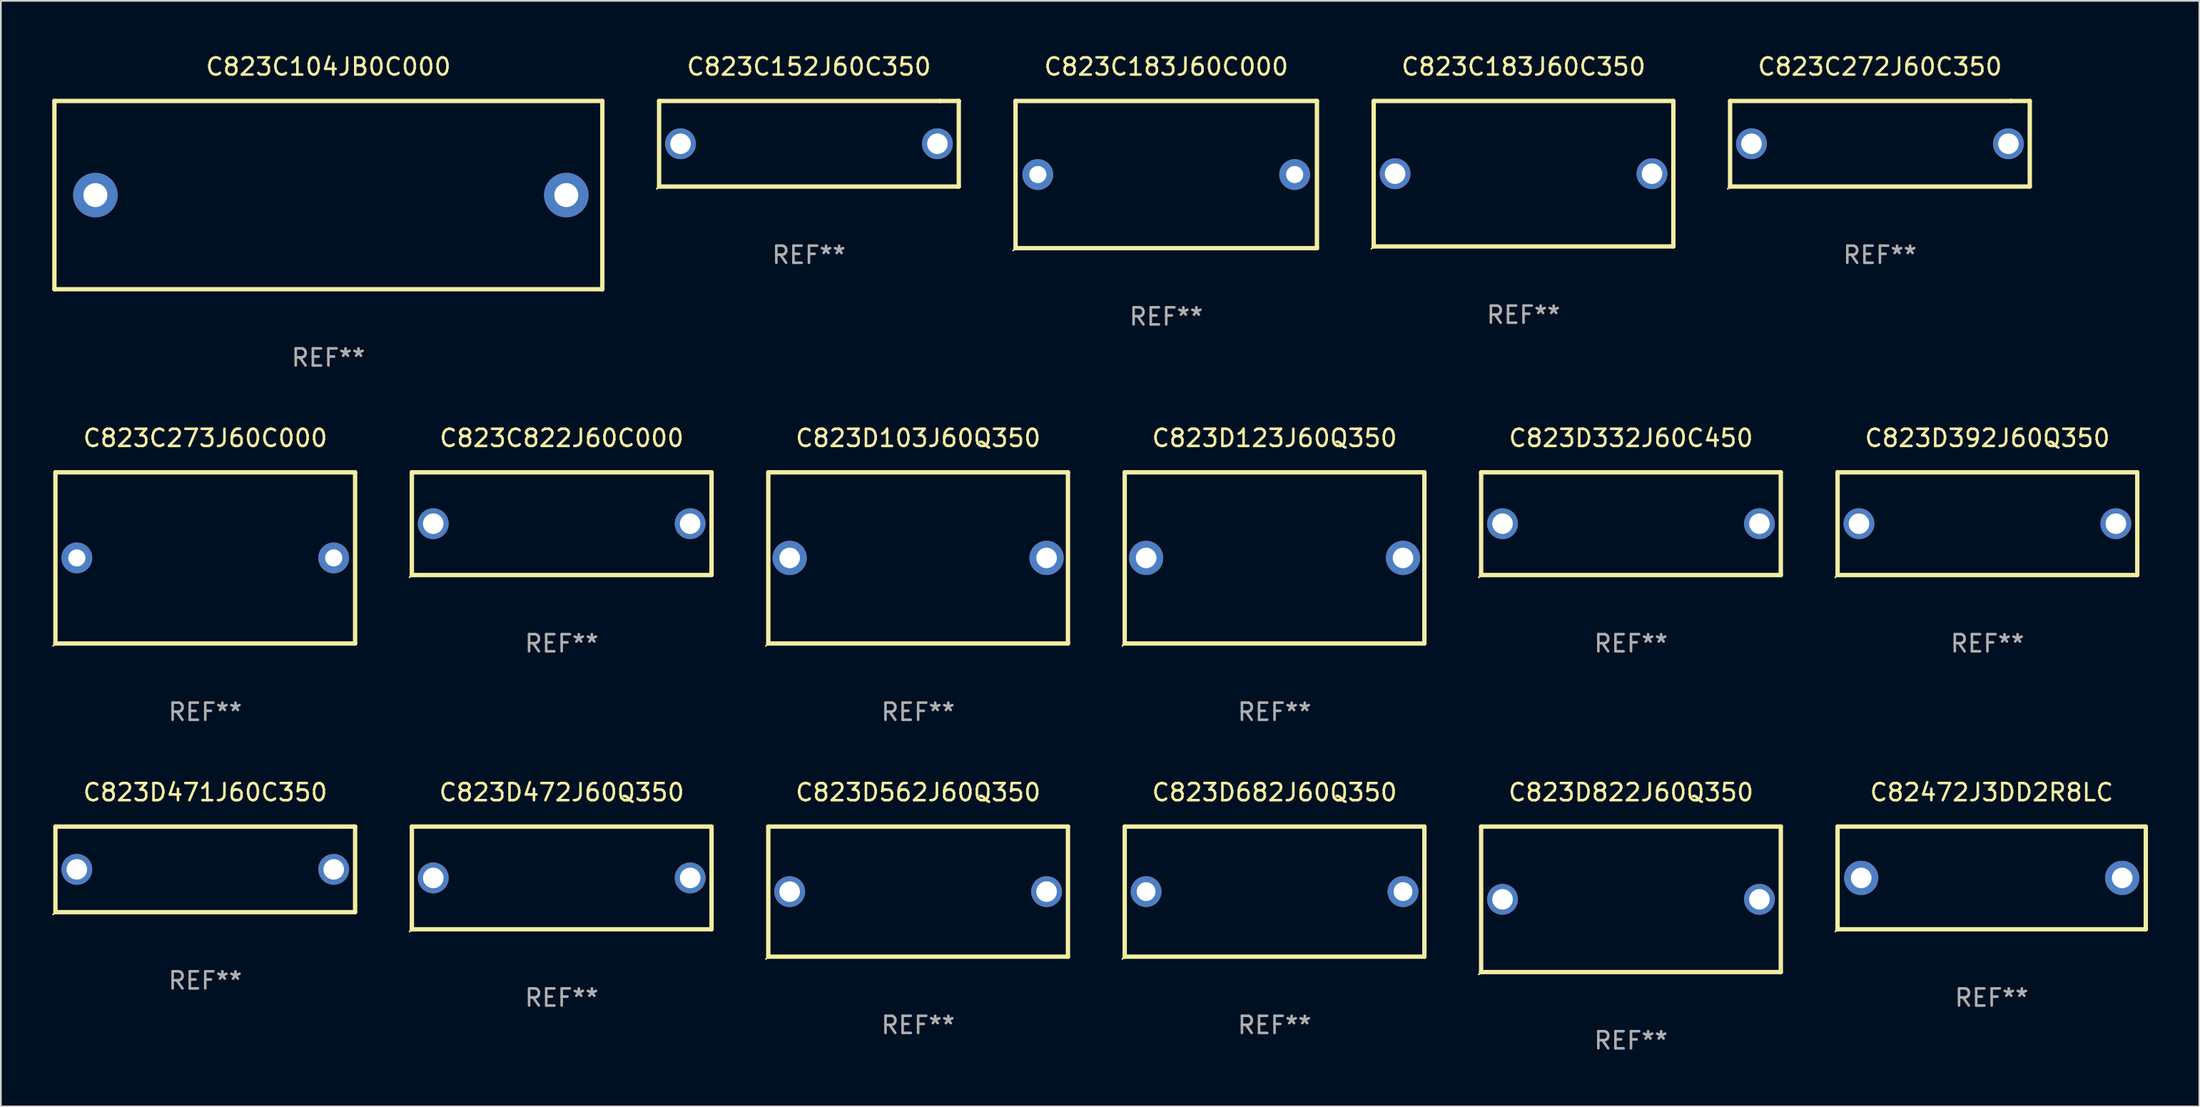
<source format=kicad_pcb>
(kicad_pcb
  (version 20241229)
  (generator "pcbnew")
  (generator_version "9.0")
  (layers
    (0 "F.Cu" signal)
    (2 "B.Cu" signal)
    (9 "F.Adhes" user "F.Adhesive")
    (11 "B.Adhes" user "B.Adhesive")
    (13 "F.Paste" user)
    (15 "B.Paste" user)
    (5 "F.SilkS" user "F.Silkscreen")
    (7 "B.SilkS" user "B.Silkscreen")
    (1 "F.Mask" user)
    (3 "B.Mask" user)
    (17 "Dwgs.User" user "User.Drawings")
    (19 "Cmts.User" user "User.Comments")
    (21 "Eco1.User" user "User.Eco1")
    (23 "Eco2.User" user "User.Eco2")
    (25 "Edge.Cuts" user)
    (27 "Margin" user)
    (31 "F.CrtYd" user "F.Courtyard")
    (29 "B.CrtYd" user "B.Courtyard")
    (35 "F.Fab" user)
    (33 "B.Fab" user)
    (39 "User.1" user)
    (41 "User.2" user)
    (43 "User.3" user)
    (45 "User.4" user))
  (footprint "C823D332J60C450"
    (layer "F.Cu")
    (at 92.194 27.545)
    (property "Reference" "C823D332J60C450" (at 0 -5 0) (layer "F.SilkS") (effects (font (size 1 1) (thickness 0.15))))
    (attr through_hole)
    (fp_line (start -8.75 -3) (end 8.75 -3) (stroke (width 0.254) (type solid)) (layer "F.SilkS"))
    (fp_line (start -8.75 3) (end -8.75 -3) (stroke (width 0.254) (type solid)) (layer "F.SilkS"))
    (fp_line (start 8.75 -3) (end 8.75 3) (stroke (width 0.254) (type solid)) (layer "F.SilkS"))
    (fp_line (start 8.75 3) (end -8.75 3) (stroke (width 0.254) (type solid)) (layer "F.SilkS"))
    (fp_circle (center -8.877 3.127) (end -8.847 3.127) (stroke (width 0.06) (type solid)) (fill no) (layer "F.SilkS"))
    (fp_text user "REF**" (at 0 7 0) (layer "F.Fab") (effects (font (size 1 1) (thickness 0.15))))
    (pad "1" thru_hole circle (at -7.501 0) (size 1.8 1.8) (drill 1.2) (layers "*.Cu" "*.Mask"))
    (pad "2" thru_hole circle (at 7.501 0) (size 1.8 1.8) (drill 1.2) (layers "*.Cu" "*.Mask")))
  (footprint "C823D562J60Q350"
    (layer "F.Cu")
    (at 50.566 49.041)
    (property "Reference" "C823D562J60Q350" (at 0 -5.8 0) (layer "F.SilkS") (effects (font (size 1 1) (thickness 0.15))))
    (attr through_hole)
    (fp_line (start -8.75 -3.8) (end 8.75 -3.8) (stroke (width 0.254) (type solid)) (layer "F.SilkS"))
    (fp_line (start -8.75 3.8) (end -8.75 -3.8) (stroke (width 0.254) (type solid)) (layer "F.SilkS"))
    (fp_line (start 8.75 -3.8) (end 8.75 3.8) (stroke (width 0.254) (type solid)) (layer "F.SilkS"))
    (fp_line (start 8.75 3.8) (end -8.75 3.8) (stroke (width 0.254) (type solid)) (layer "F.SilkS"))
    (fp_circle (center -8.877 3.927) (end -8.847 3.927) (stroke (width 0.06) (type solid)) (fill no) (layer "F.SilkS"))
    (fp_text user "REF**" (at 0 7.8 0) (layer "F.Fab") (effects (font (size 1 1) (thickness 0.15))))
    (pad "1" thru_hole circle (at -7.501 0) (size 1.8 1.8) (drill 1.2) (layers "*.Cu" "*.Mask"))
    (pad "2" thru_hole circle (at 7.501 0) (size 1.8 1.8) (drill 1.2) (layers "*.Cu" "*.Mask")))
  (footprint "C823D822J60Q350"
    (layer "F.Cu")
    (at 92.194 49.491)
    (property "Reference" "C823D822J60Q350" (at 0 -6.25 0) (layer "F.SilkS") (effects (font (size 1 1) (thickness 0.15))))
    (attr through_hole)
    (fp_line (start -8.75 -4.25) (end 8.75 -4.25) (stroke (width 0.254) (type solid)) (layer "F.SilkS"))
    (fp_line (start -8.75 4.25) (end -8.75 -4.25) (stroke (width 0.254) (type solid)) (layer "F.SilkS"))
    (fp_line (start 8.75 -4.25) (end 8.75 4.25) (stroke (width 0.254) (type solid)) (layer "F.SilkS"))
    (fp_line (start 8.75 4.25) (end -8.75 4.25) (stroke (width 0.254) (type solid)) (layer "F.SilkS"))
    (fp_circle (center -8.877 4.377) (end -8.847 4.377) (stroke (width 0.06) (type solid)) (fill no) (layer "F.SilkS"))
    (fp_text user "REF**" (at 0 8.25 0) (layer "F.Fab") (effects (font (size 1 1) (thickness 0.15))))
    (pad "1" thru_hole circle (at -7.501 -0.000025) (size 1.8 1.8) (drill 1.2) (layers "*.Cu" "*.Mask"))
    (pad "2" thru_hole circle (at 7.501 -0.000025) (size 1.8 1.8) (drill 1.2) (layers "*.Cu" "*.Mask")))
  (footprint "C823D472J60Q350"
    (layer "F.Cu")
    (at 29.752 48.241)
    (property "Reference" "C823D472J60Q350" (at 0 -5 0) (layer "F.SilkS") (effects (font (size 1 1) (thickness 0.15))))
    (attr through_hole)
    (fp_line (start -8.75 -3) (end 8.75 -3) (stroke (width 0.254) (type solid)) (layer "F.SilkS"))
    (fp_line (start -8.75 3) (end -8.75 -3) (stroke (width 0.254) (type solid)) (layer "F.SilkS"))
    (fp_line (start 8.75 -3) (end 8.75 3) (stroke (width 0.254) (type solid)) (layer "F.SilkS"))
    (fp_line (start 8.75 3) (end -8.75 3) (stroke (width 0.254) (type solid)) (layer "F.SilkS"))
    (fp_circle (center -8.877 3.127) (end -8.847 3.127) (stroke (width 0.06) (type solid)) (fill no) (layer "F.SilkS"))
    (fp_text user "REF**" (at 0 7 0) (layer "F.Fab") (effects (font (size 1 1) (thickness 0.15))))
    (pad "1" thru_hole circle (at -7.501 0) (size 1.8 1.8) (drill 1.2) (layers "*.Cu" "*.Mask"))
    (pad "2" thru_hole circle (at 7.501 0) (size 1.8 1.8) (drill 1.2) (layers "*.Cu" "*.Mask")))
  (footprint "C823D471J60C350"
    (layer "F.Cu")
    (at 8.937 47.741)
    (property "Reference" "C823D471J60C350" (at 0 -4.5 0) (layer "F.SilkS") (effects (font (size 1 1) (thickness 0.15))))
    (attr through_hole)
    (fp_line (start -8.75 -2.499) (end 7.653 -2.499) (stroke (width 0.254) (type solid)) (layer "F.SilkS"))
    (fp_line (start -8.75 2.5) (end -8.75 -2.5) (stroke (width 0.254) (type solid)) (layer "F.SilkS"))
    (fp_line (start 7.653 -2.499) (end 8.75 -2.499) (stroke (width 0.254) (type solid)) (layer "F.SilkS"))
    (fp_line (start 8.75 -2.5) (end 8.75 2.5) (stroke (width 0.254) (type solid)) (layer "F.SilkS"))
    (fp_line (start 8.75 2.5) (end -8.75 2.5) (stroke (width 0.254) (type solid)) (layer "F.SilkS"))
    (fp_circle (center -8.877 2.627) (end -8.847 2.627) (stroke (width 0.06) (type solid)) (fill no) (layer "F.SilkS"))
    (fp_text user "REF**" (at 0 6.5 0) (layer "F.Fab") (effects (font (size 1 1) (thickness 0.15))))
    (pad "1" thru_hole circle (at -7.501 0) (size 1.8 1.8) (drill 1.2) (layers "*.Cu" "*.Mask"))
    (pad "2" thru_hole circle (at 7.501 0) (size 1.8 1.8) (drill 1.2) (layers "*.Cu" "*.Mask")))
  (footprint "C823D103J60Q350"
    (layer "F.Cu")
    (at 50.566 29.545)
    (property "Reference" "C823D103J60Q350" (at 0 -7 0) (layer "F.SilkS") (effects (font (size 1 1) (thickness 0.15))))
    (attr through_hole)
    (fp_line (start -8.75 -5) (end 8.75 -5) (stroke (width 0.254) (type solid)) (layer "F.SilkS"))
    (fp_line (start -8.75 5) (end -8.75 -5) (stroke (width 0.254) (type solid)) (layer "F.SilkS"))
    (fp_line (start 8.75 -5) (end 8.75 5) (stroke (width 0.254) (type solid)) (layer "F.SilkS"))
    (fp_line (start 8.75 5) (end -8.75 5) (stroke (width 0.254) (type solid)) (layer "F.SilkS"))
    (fp_circle (center -8.877 5.127) (end -8.847 5.127) (stroke (width 0.06) (type solid)) (fill no) (layer "F.SilkS"))
    (fp_text user "REF**" (at 0 9 0) (layer "F.Fab") (effects (font (size 1 1) (thickness 0.15))))
    (pad "1" thru_hole circle (at -7.5 0) (size 2 2) (drill 1.2) (layers "*.Cu" "*.Mask"))
    (pad "2" thru_hole circle (at 7.5 0) (size 2 2) (drill 1.2) (layers "*.Cu" "*.Mask")))
  (footprint "C823D682J60Q350"
    (layer "F.Cu")
    (at 71.38 49.041)
    (property "Reference" "C823D682J60Q350" (at 0 -5.8 0) (layer "F.SilkS") (effects (font (size 1 1) (thickness 0.15))))
    (attr through_hole)
    (fp_line (start -8.75 -3.8) (end 8.75 -3.8) (stroke (width 0.254) (type solid)) (layer "F.SilkS"))
    (fp_line (start -8.75 3.8) (end -8.75 -3.8) (stroke (width 0.254) (type solid)) (layer "F.SilkS"))
    (fp_line (start 8.75 -3.8) (end 8.75 3.8) (stroke (width 0.254) (type solid)) (layer "F.SilkS"))
    (fp_line (start 8.75 3.8) (end -8.75 3.8) (stroke (width 0.254) (type solid)) (layer "F.SilkS"))
    (fp_circle (center -8.877 3.927) (end -8.847 3.927) (stroke (width 0.06) (type solid)) (fill no) (layer "F.SilkS"))
    (fp_text user "REF**" (at 0 7.8 0) (layer "F.Fab") (effects (font (size 1 1) (thickness 0.15))))
    (pad "1" thru_hole circle (at -7.501 0) (size 1.8 1.8) (drill 1.1) (layers "*.Cu" "*.Mask"))
    (pad "2" thru_hole circle (at 7.501 0) (size 1.8 1.8) (drill 1.1) (layers "*.Cu" "*.Mask")))
  (footprint "C823C152J60C350"
    (layer "F.Cu")
    (at 44.19 5.348)
    (property "Reference" "C823C152J60C350" (at 0 -4.5 0) (layer "F.SilkS") (effects (font (size 1 1) (thickness 0.15))))
    (attr through_hole)
    (fp_line (start -8.75 -2.499) (end 7.653 -2.499) (stroke (width 0.254) (type solid)) (layer "F.SilkS"))
    (fp_line (start -8.75 2.5) (end -8.75 -2.5) (stroke (width 0.254) (type solid)) (layer "F.SilkS"))
    (fp_line (start 7.653 -2.499) (end 8.75 -2.499) (stroke (width 0.254) (type solid)) (layer "F.SilkS"))
    (fp_line (start 8.75 -2.5) (end 8.75 2.5) (stroke (width 0.254) (type solid)) (layer "F.SilkS"))
    (fp_line (start 8.75 2.5) (end -8.75 2.5) (stroke (width 0.254) (type solid)) (layer "F.SilkS"))
    (fp_circle (center -8.877 2.627) (end -8.847 2.627) (stroke (width 0.06) (type solid)) (fill no) (layer "F.SilkS"))
    (fp_text user "REF**" (at 0 6.5 0) (layer "F.Fab") (effects (font (size 1 1) (thickness 0.15))))
    (pad "1" thru_hole circle (at -7.501 0) (size 1.8 1.8) (drill 1.2) (layers "*.Cu" "*.Mask"))
    (pad "2" thru_hole circle (at 7.501 0) (size 1.8 1.8) (drill 1.2) (layers "*.Cu" "*.Mask")))
  (footprint "C823C822J60C000"
    (layer "F.Cu")
    (at 29.751 27.545)
    (property "Reference" "C823C822J60C000" (at 0 -5 0) (layer "F.SilkS") (effects (font (size 1 1) (thickness 0.15))))
    (attr through_hole)
    (fp_line (start -8.75 -3) (end 8.75 -3) (stroke (width 0.254) (type solid)) (layer "F.SilkS"))
    (fp_line (start -8.75 3) (end -8.75 -3) (stroke (width 0.254) (type solid)) (layer "F.SilkS"))
    (fp_line (start 8.75 -3) (end 8.75 3) (stroke (width 0.254) (type solid)) (layer "F.SilkS"))
    (fp_line (start 8.75 3) (end -8.75 3) (stroke (width 0.254) (type solid)) (layer "F.SilkS"))
    (fp_circle (center -8.877 3.127) (end -8.847 3.127) (stroke (width 0.06) (type solid)) (fill no) (layer "F.SilkS"))
    (fp_text user "REF**" (at 0 7 0) (layer "F.Fab") (effects (font (size 1 1) (thickness 0.15))))
    (pad "1" thru_hole circle (at -7.501 0) (size 1.8 1.8) (drill 1.2) (layers "*.Cu" "*.Mask"))
    (pad "2" thru_hole circle (at 7.501 0) (size 1.8 1.8) (drill 1.2) (layers "*.Cu" "*.Mask")))
  (footprint "C823C183J60C000"
    (layer "F.Cu")
    (at 65.055 7.148)
    (property "Reference" "C823C183J60C000" (at 0 -6.3 0) (layer "F.SilkS") (effects (font (size 1 1) (thickness 0.15))))
    (attr through_hole)
    (fp_line (start -8.8 -4.3) (end -8.8 4.3) (stroke (width 0.254) (type solid)) (layer "F.SilkS"))
    (fp_line (start -8.8 -4.3) (end 8.8 -4.3) (stroke (width 0.254) (type solid)) (layer "F.SilkS"))
    (fp_line (start -8.8 4.3) (end 8.8 4.3) (stroke (width 0.254) (type solid)) (layer "F.SilkS"))
    (fp_line (start 8.8 -4.3) (end 8.8 4.3) (stroke (width 0.254) (type solid)) (layer "F.SilkS"))
    (fp_circle (center -8.927 4.427) (end -8.897 4.427) (stroke (width 0.06) (type solid)) (fill no) (layer "F.SilkS"))
    (fp_text user "REF**" (at 0 8.3 0) (layer "F.Fab") (effects (font (size 1 1) (thickness 0.15))))
    (pad "1" thru_hole circle (at -7.5 0) (size 1.8 1.8) (drill 1) (layers "*.Cu" "*.Mask"))
    (pad "2" thru_hole circle (at 7.5 0) (size 1.8 1.8) (drill 1) (layers "*.Cu" "*.Mask")))
  (footprint "C823C104JB0C000"
    (layer "F.Cu")
    (at 16.126 8.348)
    (property "Reference" "C823C104JB0C000" (at 0 -7.5 0) (layer "F.SilkS") (effects (font (size 1 1) (thickness 0.15))))
    (attr through_hole)
    (fp_line (start -15.999 -5.5) (end -15.999 5.5) (stroke (width 0.254) (type solid)) (layer "F.SilkS"))
    (fp_line (start -15.999 -5.5) (end 15.999 -5.5) (stroke (width 0.254) (type solid)) (layer "F.SilkS"))
    (fp_line (start 15.999 -5.5) (end 15.999 5.5) (stroke (width 0.254) (type solid)) (layer "F.SilkS"))
    (fp_line (start 15.999 5.5) (end -15.999 5.5) (stroke (width 0.254) (type solid)) (layer "F.SilkS"))
    (fp_circle (center -16.008 5.5) (end -15.978 5.5) (stroke (width 0.06) (type solid)) (fill no) (layer "F.SilkS"))
    (fp_text user "REF**" (at 0 9.5 0) (layer "F.Fab") (effects (font (size 1 1) (thickness 0.15))))
    (pad "1" thru_hole circle (at -13.606 0) (size 2.6 2.6) (drill 1.4) (layers "*.Cu" "*.Mask"))
    (pad "2" thru_hole circle (at 13.894 0) (size 2.6 2.6) (drill 1.4) (layers "*.Cu" "*.Mask")))
  (footprint "C823D392J60Q350"
    (layer "F.Cu")
    (at 113.009 27.545)
    (property "Reference" "C823D392J60Q350" (at 0 -5 0) (layer "F.SilkS") (effects (font (size 1 1) (thickness 0.15))))
    (attr through_hole)
    (fp_line (start -8.75 -3) (end 8.75 -3) (stroke (width 0.254) (type solid)) (layer "F.SilkS"))
    (fp_line (start -8.75 3) (end -8.75 -3) (stroke (width 0.254) (type solid)) (layer "F.SilkS"))
    (fp_line (start 8.75 -3) (end 8.75 3) (stroke (width 0.254) (type solid)) (layer "F.SilkS"))
    (fp_line (start 8.75 3) (end -8.75 3) (stroke (width 0.254) (type solid)) (layer "F.SilkS"))
    (fp_circle (center -8.877 3.127) (end -8.847 3.127) (stroke (width 0.06) (type solid)) (fill no) (layer "F.SilkS"))
    (fp_text user "REF**" (at 0 7 0) (layer "F.Fab") (effects (font (size 1 1) (thickness 0.15))))
    (pad "1" thru_hole circle (at -7.501 0) (size 1.8 1.8) (drill 1.2) (layers "*.Cu" "*.Mask"))
    (pad "2" thru_hole circle (at 7.501 0) (size 1.8 1.8) (drill 1.2) (layers "*.Cu" "*.Mask")))
  (footprint "C823C272J60C350"
    (layer "F.Cu")
    (at 106.733 5.348)
    (property "Reference" "C823C272J60C350" (at 0 -4.5 0) (layer "F.SilkS") (effects (font (size 1 1) (thickness 0.15))))
    (attr through_hole)
    (fp_line (start -8.75 -2.499) (end 7.653 -2.499) (stroke (width 0.254) (type solid)) (layer "F.SilkS"))
    (fp_line (start -8.75 2.5) (end -8.75 -2.5) (stroke (width 0.254) (type solid)) (layer "F.SilkS"))
    (fp_line (start 7.653 -2.499) (end 8.75 -2.499) (stroke (width 0.254) (type solid)) (layer "F.SilkS"))
    (fp_line (start 8.75 -2.5) (end 8.75 2.5) (stroke (width 0.254) (type solid)) (layer "F.SilkS"))
    (fp_line (start 8.75 2.5) (end -8.75 2.5) (stroke (width 0.254) (type solid)) (layer "F.SilkS"))
    (fp_circle (center -8.877 2.627) (end -8.847 2.627) (stroke (width 0.06) (type solid)) (fill no) (layer "F.SilkS"))
    (fp_text user "REF**" (at 0 6.5 0) (layer "F.Fab") (effects (font (size 1 1) (thickness 0.15))))
    (pad "1" thru_hole circle (at -7.501 0) (size 1.8 1.8) (drill 1.2) (layers "*.Cu" "*.Mask"))
    (pad "2" thru_hole circle (at 7.501 0) (size 1.8 1.8) (drill 1.2) (layers "*.Cu" "*.Mask")))
  (footprint "C823C183J60C350"
    (layer "F.Cu")
    (at 85.919 7.098)
    (property "Reference" "C823C183J60C350" (at 0 -6.25 0) (layer "F.SilkS") (effects (font (size 1 1) (thickness 0.15))))
    (attr through_hole)
    (fp_line (start -8.75 -4.25) (end 8.75 -4.25) (stroke (width 0.254) (type solid)) (layer "F.SilkS"))
    (fp_line (start -8.75 4.25) (end -8.75 -4.25) (stroke (width 0.254) (type solid)) (layer "F.SilkS"))
    (fp_line (start 8.75 -4.25) (end 8.75 4.25) (stroke (width 0.254) (type solid)) (layer "F.SilkS"))
    (fp_line (start 8.75 4.25) (end -8.75 4.25) (stroke (width 0.254) (type solid)) (layer "F.SilkS"))
    (fp_circle (center -8.877 4.377) (end -8.847 4.377) (stroke (width 0.06) (type solid)) (fill no) (layer "F.SilkS"))
    (fp_text user "REF**" (at 0 8.25 0) (layer "F.Fab") (effects (font (size 1 1) (thickness 0.15))))
    (pad "1" thru_hole circle (at -7.501 -0.000025) (size 1.8 1.8) (drill 1.2) (layers "*.Cu" "*.Mask"))
    (pad "2" thru_hole circle (at 7.501 -0.000025) (size 1.8 1.8) (drill 1.2) (layers "*.Cu" "*.Mask")))
  (footprint "C823C273J60C000"
    (layer "F.Cu")
    (at 8.937 29.545)
    (property "Reference" "C823C273J60C000" (at 0 -7 0) (layer "F.SilkS") (effects (font (size 1 1) (thickness 0.15))))
    (attr through_hole)
    (fp_line (start -8.75 -5) (end -8.75 5) (stroke (width 0.254) (type solid)) (layer "F.SilkS"))
    (fp_line (start -8.75 -5) (end 8.75 -5) (stroke (width 0.254) (type solid)) (layer "F.SilkS"))
    (fp_line (start -8.75 5) (end 8.75 5) (stroke (width 0.254) (type solid)) (layer "F.SilkS"))
    (fp_line (start 8.75 -5) (end 8.75 5) (stroke (width 0.254) (type solid)) (layer "F.SilkS"))
    (fp_circle (center -8.877 5.127) (end -8.847 5.127) (stroke (width 0.06) (type solid)) (fill no) (layer "F.SilkS"))
    (fp_text user "REF**" (at 0 9 0) (layer "F.Fab") (effects (font (size 1 1) (thickness 0.15))))
    (pad "1" thru_hole circle (at -7.5 0) (size 1.8 1.8) (drill 1) (layers "*.Cu" "*.Mask"))
    (pad "2" thru_hole circle (at 7.5 0) (size 1.8 1.8) (drill 1) (layers "*.Cu" "*.Mask")))
  (footprint "C823D123J60Q350"
    (layer "F.Cu")
    (at 71.38 29.545)
    (property "Reference" "C823D123J60Q350" (at 0 -7 0) (layer "F.SilkS") (effects (font (size 1 1) (thickness 0.15))))
    (attr through_hole)
    (fp_line (start -8.75 -5) (end 8.75 -5) (stroke (width 0.254) (type solid)) (layer "F.SilkS"))
    (fp_line (start -8.75 5) (end -8.75 -5) (stroke (width 0.254) (type solid)) (layer "F.SilkS"))
    (fp_line (start 8.75 -5) (end 8.75 5) (stroke (width 0.254) (type solid)) (layer "F.SilkS"))
    (fp_line (start 8.75 5) (end -8.75 5) (stroke (width 0.254) (type solid)) (layer "F.SilkS"))
    (fp_circle (center -8.877 5.127) (end -8.847 5.127) (stroke (width 0.06) (type solid)) (fill no) (layer "F.SilkS"))
    (fp_text user "REF**" (at 0 9 0) (layer "F.Fab") (effects (font (size 1 1) (thickness 0.15))))
    (pad "1" thru_hole circle (at -7.5 0) (size 2 2) (drill 1.2) (layers "*.Cu" "*.Mask"))
    (pad "2" thru_hole circle (at 7.5 0) (size 2 2) (drill 1.2) (layers "*.Cu" "*.Mask")))
  (footprint "C82472J3DD2R8LC"
    (layer "F.Cu")
    (at 113.258 48.241)
    (property "Reference" "C82472J3DD2R8LC" (at 0 -5 0) (layer "F.SilkS") (effects (font (size 1 1) (thickness 0.15))))
    (attr through_hole)
    (fp_line (start -9 -3) (end 9 -3) (stroke (width 0.254) (type solid)) (layer "F.SilkS"))
    (fp_line (start -9 3) (end -9 -3) (stroke (width 0.254) (type solid)) (layer "F.SilkS"))
    (fp_line (start 9 -3) (end 9 3) (stroke (width 0.254) (type solid)) (layer "F.SilkS"))
    (fp_line (start 9 3) (end -9 3) (stroke (width 0.254) (type solid)) (layer "F.SilkS"))
    (fp_circle (center -9.127 3.127) (end -9.097 3.127) (stroke (width 0.06) (type solid)) (fill no) (layer "F.SilkS"))
    (fp_text user "REF**" (at 0 7 0) (layer "F.Fab") (effects (font (size 1 1) (thickness 0.15))))
    (pad "1" thru_hole circle (at -7.62 0) (size 2 2) (drill 1.2) (layers "*.Cu" "*.Mask"))
    (pad "2" thru_hole circle (at 7.62 0) (size 2 2) (drill 1.2) (layers "*.Cu" "*.Mask")))
  (gr_rect
    (start -3 -3)
    (end 125.385 61.59)
    (stroke (width 0.1) (type default))
    (fill no)
    (layer "Edge.Cuts")))
</source>
